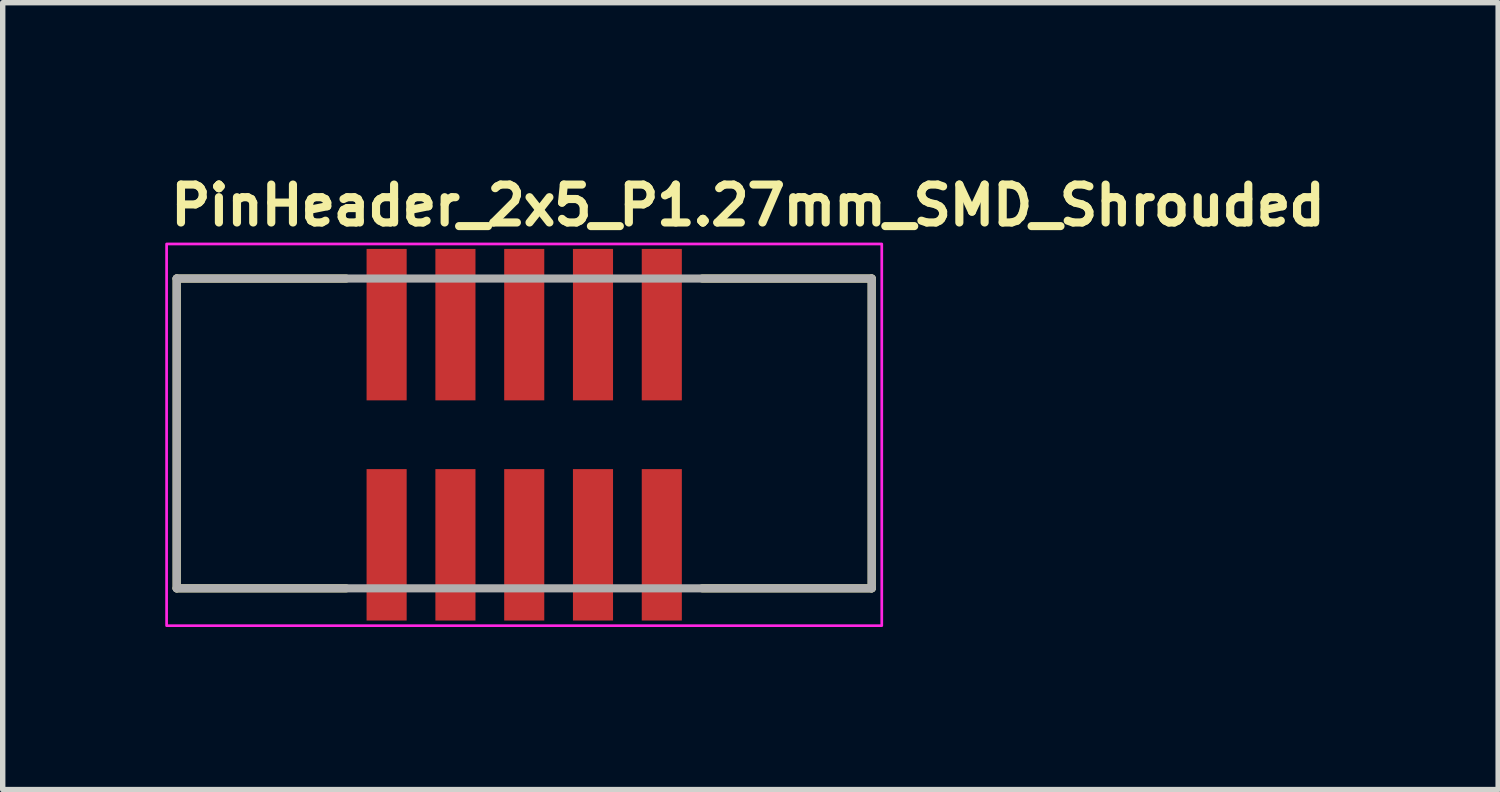
<source format=kicad_pcb>
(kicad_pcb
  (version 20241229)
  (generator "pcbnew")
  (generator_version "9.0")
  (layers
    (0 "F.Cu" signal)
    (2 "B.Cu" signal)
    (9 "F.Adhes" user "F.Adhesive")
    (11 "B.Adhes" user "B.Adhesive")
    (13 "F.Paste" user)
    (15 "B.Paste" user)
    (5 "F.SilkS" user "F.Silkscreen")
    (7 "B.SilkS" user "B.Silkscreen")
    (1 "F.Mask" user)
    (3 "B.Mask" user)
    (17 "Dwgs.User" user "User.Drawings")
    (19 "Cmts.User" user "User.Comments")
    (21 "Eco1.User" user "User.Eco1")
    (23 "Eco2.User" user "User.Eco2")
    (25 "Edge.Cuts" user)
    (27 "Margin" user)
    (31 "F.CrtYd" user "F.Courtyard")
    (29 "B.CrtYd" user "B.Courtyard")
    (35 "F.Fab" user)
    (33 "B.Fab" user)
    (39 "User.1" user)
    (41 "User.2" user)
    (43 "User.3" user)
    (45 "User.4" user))
  (footprint "PinHeader_2x5_P1.27mm_SMD_Shrouded"
    (layer "F.Cu")
    (at 6.626 4.951)
    (property "Reference" "PinHeader_2x5_P1.27mm_SMD_Shrouded" (at -6.601 -3.801 0) (layer "F.SilkS") (effects (font (size 0.7 0.7) (thickness 0.15)) (justify left bottom)))
    (attr smd)
    (fp_line (start -6.415 -2.86) (end -3.286 -2.86) (stroke (width 0.15) (type solid)) (layer "F.SilkS"))
    (fp_line (start -6.415 2.858) (end -6.415 -2.86) (stroke (width 0.15) (type solid)) (layer "F.SilkS"))
    (fp_line (start -6.415 2.858) (end -3.286 2.858) (stroke (width 0.15) (type solid)) (layer "F.SilkS"))
    (fp_line (start 3.285 -2.86) (end 6.413 -2.86) (stroke (width 0.15) (type solid)) (layer "F.SilkS"))
    (fp_line (start 3.285 2.858) (end 6.413 2.858) (stroke (width 0.15) (type solid)) (layer "F.SilkS"))
    (fp_line (start 6.413 2.858) (end 6.413 -2.86) (stroke (width 0.15) (type solid)) (layer "F.SilkS"))
    (fp_rect (start -6.601 -3.498) (end 6.599 3.547) (stroke (width 0.05) (type solid)) (fill no) (layer "F.CrtYd"))
    (fp_line (start -6.415 -2.86) (end 6.413 -2.86) (stroke (width 0.15) (type solid)) (layer "F.Fab"))
    (fp_line (start -6.415 2.858) (end -6.415 -2.86) (stroke (width 0.15) (type solid)) (layer "F.Fab"))
    (fp_line (start 6.413 -2.86) (end 6.413 2.858) (stroke (width 0.15) (type solid)) (layer "F.Fab"))
    (fp_line (start 6.413 2.858) (end -6.415 2.858) (stroke (width 0.15) (type solid)) (layer "F.Fab"))
    (fp_rect (start -6.351 -3.048) (end 6.349 3.047) (stroke (width 0.1) (type solid)) (fill no) (layer "User.5"))
    (fp_line (start -6.351 -0.635) (end -6.351 -3.048) (stroke (width 0.02) (type solid)) (layer "User.9"))
    (fp_line (start -6.351 -0.635) (end -6.223 -0.635) (stroke (width 0.02) (type solid)) (layer "User.9"))
    (fp_line (start -6.351 2.539) (end -6.351 0.633) (stroke (width 0.02) (type solid)) (layer "User.9"))
    (fp_line (start -6.223 -0.635) (end -6.223 0.633) (stroke (width 0.02) (type solid)) (layer "User.9"))
    (fp_line (start -6.223 0.633) (end -6.351 0.633) (stroke (width 0.02) (type solid)) (layer "User.9"))
    (fp_line (start -5.739 -2.057) (end -5.739 2.055) (stroke (width 0.02) (type solid)) (layer "User.9"))
    (fp_line (start -5.739 -2.057) (end -5.462 -1.778) (stroke (width 0.02) (type solid)) (layer "User.9"))
    (fp_line (start -5.739 2.055) (end -5.462 1.777) (stroke (width 0.02) (type solid)) (layer "User.9"))
    (fp_line (start -5.739 2.055) (end -1.27 2.055) (stroke (width 0.02) (type solid)) (layer "User.9"))
    (fp_line (start -5.462 -1.778) (end -5.462 1.777) (stroke (width 0.02) (type solid)) (layer "User.9"))
    (fp_line (start -5.462 1.777) (end -1.27 1.777) (stroke (width 0.02) (type solid)) (layer "User.9"))
    (fp_line (start -5.412 -3.048) (end -6.351 -3.048) (stroke (width 0.02) (type solid)) (layer "User.9"))
    (fp_line (start -5.412 -2.54) (end -5.412 -3.048) (stroke (width 0.02) (type solid)) (layer "User.9"))
    (fp_line (start -3.048 2.285) (end -3.048 2.539) (stroke (width 0.02) (type solid)) (layer "User.9"))
    (fp_line (start -3.048 2.285) (end -3.048 2.539) (stroke (width 0.02) (type solid)) (layer "User.9"))
    (fp_line (start -3.048 2.539) (end -6.351 2.539) (stroke (width 0.02) (type solid)) (layer "User.9"))
    (fp_line (start -3.024 2.539) (end -3.048 2.539) (stroke (width 0.02) (type solid)) (layer "User.9"))
    (fp_line (start -3.024 2.539) (end -3.024 2.31) (stroke (width 0.02) (type solid)) (layer "User.9"))
    (fp_line (start -2.745 -3.048) (end -2.745 -2.948) (stroke (width 0.02) (type solid)) (layer "User.9"))
    (fp_line (start -2.745 -2.948) (end -2.745 -2.54) (stroke (width 0.02) (type solid)) (layer "User.9"))
    (fp_line (start -2.745 -0.839) (end -2.745 -0.737) (stroke (width 0.02) (type solid)) (layer "User.9"))
    (fp_line (start -2.745 -0.737) (end -2.745 -0.535) (stroke (width 0.02) (type solid)) (layer "User.9"))
    (fp_line (start -2.745 -0.535) (end -2.745 -0.432) (stroke (width 0.02) (type solid)) (layer "User.9"))
    (fp_line (start -2.745 0.43) (end -2.745 0.533) (stroke (width 0.02) (type solid)) (layer "User.9"))
    (fp_line (start -2.745 0.533) (end -2.745 0.735) (stroke (width 0.02) (type solid)) (layer "User.9"))
    (fp_line (start -2.745 0.735) (end -2.745 0.837) (stroke (width 0.02) (type solid)) (layer "User.9"))
    (fp_line (start -2.745 2.539) (end -2.745 2.946) (stroke (width 0.02) (type solid)) (layer "User.9"))
    (fp_line (start -2.745 2.946) (end -2.745 3.047) (stroke (width 0.02) (type solid)) (layer "User.9"))
    (fp_line (start -2.54 2.539) (end -3.024 2.539) (stroke (width 0.02) (type solid)) (layer "User.9"))
    (fp_line (start -2.54 2.539) (end -2.54 2.31) (stroke (width 0.02) (type solid)) (layer "User.9"))
    (fp_line (start -2.338 -3.048) (end -2.745 -3.048) (stroke (width 0.02) (type solid)) (layer "User.9"))
    (fp_line (start -2.338 -3.048) (end -2.338 -2.948) (stroke (width 0.02) (type solid)) (layer "User.9"))
    (fp_line (start -2.338 -2.948) (end -2.745 -2.948) (stroke (width 0.02) (type solid)) (layer "User.9"))
    (fp_line (start -2.338 -2.948) (end -2.338 -2.54) (stroke (width 0.02) (type solid)) (layer "User.9"))
    (fp_line (start -2.338 -0.839) (end -2.745 -0.839) (stroke (width 0.02) (type solid)) (layer "User.9"))
    (fp_line (start -2.338 -0.839) (end -2.338 -0.737) (stroke (width 0.02) (type solid)) (layer "User.9"))
    (fp_line (start -2.338 -0.737) (end -2.745 -0.737) (stroke (width 0.02) (type solid)) (layer "User.9"))
    (fp_line (start -2.338 -0.737) (end -2.338 -0.535) (stroke (width 0.02) (type solid)) (layer "User.9"))
    (fp_line (start -2.338 -0.535) (end -2.745 -0.535) (stroke (width 0.02) (type solid)) (layer "User.9"))
    (fp_line (start -2.338 -0.535) (end -2.338 -0.432) (stroke (width 0.02) (type solid)) (layer "User.9"))
    (fp_line (start -2.338 -0.432) (end -2.745 -0.432) (stroke (width 0.02) (type solid)) (layer "User.9"))
    (fp_line (start -2.338 0.43) (end -2.745 0.43) (stroke (width 0.02) (type solid)) (layer "User.9"))
    (fp_line (start -2.338 0.43) (end -2.338 0.533) (stroke (width 0.02) (type solid)) (layer "User.9"))
    (fp_line (start -2.338 0.533) (end -2.745 0.533) (stroke (width 0.02) (type solid)) (layer "User.9"))
    (fp_line (start -2.338 0.533) (end -2.338 0.735) (stroke (width 0.02) (type solid)) (layer "User.9"))
    (fp_line (start -2.338 0.735) (end -2.745 0.735) (stroke (width 0.02) (type solid)) (layer "User.9"))
    (fp_line (start -2.338 0.735) (end -2.338 0.837) (stroke (width 0.02) (type solid)) (layer "User.9"))
    (fp_line (start -2.338 0.837) (end -2.745 0.837) (stroke (width 0.02) (type solid)) (layer "User.9"))
    (fp_line (start -2.338 2.539) (end -2.338 2.946) (stroke (width 0.02) (type solid)) (layer "User.9"))
    (fp_line (start -2.338 2.946) (end -2.745 2.946) (stroke (width 0.02) (type solid)) (layer "User.9"))
    (fp_line (start -2.338 2.946) (end -2.338 3.047) (stroke (width 0.02) (type solid)) (layer "User.9"))
    (fp_line (start -2.338 3.047) (end -2.745 3.047) (stroke (width 0.02) (type solid)) (layer "User.9"))
    (fp_line (start -2.058 2.31) (end -3.024 2.31) (stroke (width 0.02) (type solid)) (layer "User.9"))
    (fp_line (start -2.058 2.539) (end -2.54 2.539) (stroke (width 0.02) (type solid)) (layer "User.9"))
    (fp_line (start -2.058 2.539) (end -2.058 2.31) (stroke (width 0.02) (type solid)) (layer "User.9"))
    (fp_line (start -2.032 2.285) (end -3.048 2.285) (stroke (width 0.02) (type solid)) (layer "User.9"))
    (fp_line (start -2.032 2.285) (end -3.048 2.285) (stroke (width 0.02) (type solid)) (layer "User.9"))
    (fp_line (start -2.032 2.285) (end -2.032 2.539) (stroke (width 0.02) (type solid)) (layer "User.9"))
    (fp_line (start -2.032 2.285) (end -2.032 2.539) (stroke (width 0.02) (type solid)) (layer "User.9"))
    (fp_line (start -2.032 2.539) (end -2.058 2.539) (stroke (width 0.02) (type solid)) (layer "User.9"))
    (fp_line (start -1.474 -2.948) (end -1.474 -3.048) (stroke (width 0.02) (type solid)) (layer "User.9"))
    (fp_line (start -1.474 -2.54) (end -1.474 -2.948) (stroke (width 0.02) (type solid)) (layer "User.9"))
    (fp_line (start -1.474 -0.737) (end -1.474 -0.839) (stroke (width 0.02) (type solid)) (layer "User.9"))
    (fp_line (start -1.474 -0.535) (end -1.474 -0.737) (stroke (width 0.02) (type solid)) (layer "User.9"))
    (fp_line (start -1.474 -0.432) (end -1.474 -0.535) (stroke (width 0.02) (type solid)) (layer "User.9"))
    (fp_line (start -1.474 0.533) (end -1.474 0.43) (stroke (width 0.02) (type solid)) (layer "User.9"))
    (fp_line (start -1.474 0.735) (end -1.474 0.533) (stroke (width 0.02) (type solid)) (layer "User.9"))
    (fp_line (start -1.474 0.837) (end -1.474 0.735) (stroke (width 0.02) (type solid)) (layer "User.9"))
    (fp_line (start -1.474 2.946) (end -1.474 2.539) (stroke (width 0.02) (type solid)) (layer "User.9"))
    (fp_line (start -1.474 3.047) (end -1.474 2.946) (stroke (width 0.02) (type solid)) (layer "User.9"))
    (fp_line (start -1.27 -3.048) (end -1.474 -3.048) (stroke (width 0.02) (type solid)) (layer "User.9"))
    (fp_line (start -1.27 -3.048) (end -1.27 -2.54) (stroke (width 0.02) (type solid)) (layer "User.9"))
    (fp_line (start -1.27 -2.948) (end -1.474 -2.948) (stroke (width 0.02) (type solid)) (layer "User.9"))
    (fp_line (start -1.27 -2.54) (end -5.412 -2.54) (stroke (width 0.02) (type solid)) (layer "User.9"))
    (fp_line (start -1.27 2.055) (end -1.27 1.777) (stroke (width 0.02) (type solid)) (layer "User.9"))
    (fp_line (start -1.27 2.539) (end -2.032 2.539) (stroke (width 0.02) (type solid)) (layer "User.9"))
    (fp_line (start -1.27 2.539) (end -1.27 2.055) (stroke (width 0.02) (type solid)) (layer "User.9"))
    (fp_line (start -1.27 2.539) (end 1.269 2.539) (stroke (width 0.02) (type solid)) (layer "User.9"))
    (fp_line (start -1.067 -0.839) (end -1.474 -0.839) (stroke (width 0.02) (type solid)) (layer "User.9"))
    (fp_line (start -1.067 -0.839) (end -1.067 -0.737) (stroke (width 0.02) (type solid)) (layer "User.9"))
    (fp_line (start -1.067 -0.737) (end -1.474 -0.737) (stroke (width 0.02) (type solid)) (layer "User.9"))
    (fp_line (start -1.067 -0.737) (end -1.067 -0.535) (stroke (width 0.02) (type solid)) (layer "User.9"))
    (fp_line (start -1.067 -0.535) (end -1.474 -0.535) (stroke (width 0.02) (type solid)) (layer "User.9"))
    (fp_line (start -1.067 -0.535) (end -1.067 -0.432) (stroke (width 0.02) (type solid)) (layer "User.9"))
    (fp_line (start -1.067 -0.432) (end -1.474 -0.432) (stroke (width 0.02) (type solid)) (layer "User.9"))
    (fp_line (start -1.067 0.43) (end -1.474 0.43) (stroke (width 0.02) (type solid)) (layer "User.9"))
    (fp_line (start -1.067 0.43) (end -1.067 0.533) (stroke (width 0.02) (type solid)) (layer "User.9"))
    (fp_line (start -1.067 0.533) (end -1.474 0.533) (stroke (width 0.02) (type solid)) (layer "User.9"))
    (fp_line (start -1.067 0.533) (end -1.067 0.735) (stroke (width 0.02) (type solid)) (layer "User.9"))
    (fp_line (start -1.067 0.735) (end -1.474 0.735) (stroke (width 0.02) (type solid)) (layer "User.9"))
    (fp_line (start -1.067 0.735) (end -1.067 0.837) (stroke (width 0.02) (type solid)) (layer "User.9"))
    (fp_line (start -1.067 0.837) (end -1.474 0.837) (stroke (width 0.02) (type solid)) (layer "User.9"))
    (fp_line (start -1.067 2.539) (end -1.067 2.946) (stroke (width 0.02) (type solid)) (layer "User.9"))
    (fp_line (start -1.067 2.946) (end -1.474 2.946) (stroke (width 0.02) (type solid)) (layer "User.9"))
    (fp_line (start -1.067 2.946) (end -1.067 3.047) (stroke (width 0.02) (type solid)) (layer "User.9"))
    (fp_line (start -1.067 3.047) (end -1.474 3.047) (stroke (width 0.02) (type solid)) (layer "User.9"))
    (fp_line (start -0.205 -0.737) (end -0.205 -0.839) (stroke (width 0.02) (type solid)) (layer "User.9"))
    (fp_line (start -0.205 -0.535) (end -0.205 -0.737) (stroke (width 0.02) (type solid)) (layer "User.9"))
    (fp_line (start -0.205 -0.432) (end -0.205 -0.535) (stroke (width 0.02) (type solid)) (layer "User.9"))
    (fp_line (start -0.205 0.533) (end -0.205 0.43) (stroke (width 0.02) (type solid)) (layer "User.9"))
    (fp_line (start -0.205 0.735) (end -0.205 0.533) (stroke (width 0.02) (type solid)) (layer "User.9"))
    (fp_line (start -0.205 0.837) (end -0.205 0.735) (stroke (width 0.02) (type solid)) (layer "User.9"))
    (fp_line (start -0.205 2.946) (end -0.205 2.539) (stroke (width 0.02) (type solid)) (layer "User.9"))
    (fp_line (start -0.205 3.047) (end -0.205 2.946) (stroke (width 0.02) (type solid)) (layer "User.9"))
    (fp_line (start 0.203 -0.839) (end -0.205 -0.839) (stroke (width 0.02) (type solid)) (layer "User.9"))
    (fp_line (start 0.203 -0.839) (end 0.203 -0.737) (stroke (width 0.02) (type solid)) (layer "User.9"))
    (fp_line (start 0.203 -0.737) (end -0.205 -0.737) (stroke (width 0.02) (type solid)) (layer "User.9"))
    (fp_line (start 0.203 -0.737) (end 0.203 -0.535) (stroke (width 0.02) (type solid)) (layer "User.9"))
    (fp_line (start 0.203 -0.535) (end -0.205 -0.535) (stroke (width 0.02) (type solid)) (layer "User.9"))
    (fp_line (start 0.203 -0.535) (end 0.203 -0.432) (stroke (width 0.02) (type solid)) (layer "User.9"))
    (fp_line (start 0.203 -0.432) (end -0.205 -0.432) (stroke (width 0.02) (type solid)) (layer "User.9"))
    (fp_line (start 0.203 0.43) (end -0.205 0.43) (stroke (width 0.02) (type solid)) (layer "User.9"))
    (fp_line (start 0.203 0.43) (end 0.203 0.533) (stroke (width 0.02) (type solid)) (layer "User.9"))
    (fp_line (start 0.203 0.533) (end -0.205 0.533) (stroke (width 0.02) (type solid)) (layer "User.9"))
    (fp_line (start 0.203 0.533) (end 0.203 0.735) (stroke (width 0.02) (type solid)) (layer "User.9"))
    (fp_line (start 0.203 0.735) (end -0.205 0.735) (stroke (width 0.02) (type solid)) (layer "User.9"))
    (fp_line (start 0.203 0.735) (end 0.203 0.837) (stroke (width 0.02) (type solid)) (layer "User.9"))
    (fp_line (start 0.203 0.837) (end -0.205 0.837) (stroke (width 0.02) (type solid)) (layer "User.9"))
    (fp_line (start 0.203 2.539) (end 0.203 2.946) (stroke (width 0.02) (type solid)) (layer "User.9"))
    (fp_line (start 0.203 2.946) (end -0.205 2.946) (stroke (width 0.02) (type solid)) (layer "User.9"))
    (fp_line (start 0.203 2.946) (end 0.203 3.047) (stroke (width 0.02) (type solid)) (layer "User.9"))
    (fp_line (start 0.203 3.047) (end -0.205 3.047) (stroke (width 0.02) (type solid)) (layer "User.9"))
    (fp_line (start 1.066 -0.737) (end 1.066 -0.839) (stroke (width 0.02) (type solid)) (layer "User.9"))
    (fp_line (start 1.066 -0.535) (end 1.066 -0.737) (stroke (width 0.02) (type solid)) (layer "User.9"))
    (fp_line (start 1.066 -0.432) (end 1.066 -0.535) (stroke (width 0.02) (type solid)) (layer "User.9"))
    (fp_line (start 1.066 0.533) (end 1.066 0.43) (stroke (width 0.02) (type solid)) (layer "User.9"))
    (fp_line (start 1.066 0.735) (end 1.066 0.533) (stroke (width 0.02) (type solid)) (layer "User.9"))
    (fp_line (start 1.066 0.837) (end 1.066 0.735) (stroke (width 0.02) (type solid)) (layer "User.9"))
    (fp_line (start 1.066 2.946) (end 1.066 2.539) (stroke (width 0.02) (type solid)) (layer "User.9"))
    (fp_line (start 1.066 3.047) (end 1.066 2.946) (stroke (width 0.02) (type solid)) (layer "User.9"))
    (fp_line (start 1.269 -3.048) (end -1.27 -3.048) (stroke (width 0.02) (type solid)) (layer "User.9"))
    (fp_line (start 1.269 -2.54) (end 1.269 -3.048) (stroke (width 0.02) (type solid)) (layer "User.9"))
    (fp_line (start 1.269 1.777) (end 1.269 2.055) (stroke (width 0.02) (type solid)) (layer "User.9"))
    (fp_line (start 1.269 1.777) (end 5.461 1.777) (stroke (width 0.02) (type solid)) (layer "User.9"))
    (fp_line (start 1.269 2.055) (end 5.738 2.055) (stroke (width 0.02) (type solid)) (layer "User.9"))
    (fp_line (start 1.269 2.539) (end 1.269 2.055) (stroke (width 0.02) (type solid)) (layer "User.9"))
    (fp_line (start 1.473 -3.048) (end 1.269 -3.048) (stroke (width 0.02) (type solid)) (layer "User.9"))
    (fp_line (start 1.473 -3.048) (end 1.473 -2.948) (stroke (width 0.02) (type solid)) (layer "User.9"))
    (fp_line (start 1.473 -2.948) (end 1.269 -2.948) (stroke (width 0.02) (type solid)) (layer "User.9"))
    (fp_line (start 1.473 -2.948) (end 1.473 -2.54) (stroke (width 0.02) (type solid)) (layer "User.9"))
    (fp_line (start 1.473 -0.839) (end 1.066 -0.839) (stroke (width 0.02) (type solid)) (layer "User.9"))
    (fp_line (start 1.473 -0.839) (end 1.473 -0.737) (stroke (width 0.02) (type solid)) (layer "User.9"))
    (fp_line (start 1.473 -0.737) (end 1.066 -0.737) (stroke (width 0.02) (type solid)) (layer "User.9"))
    (fp_line (start 1.473 -0.737) (end 1.473 -0.535) (stroke (width 0.02) (type solid)) (layer "User.9"))
    (fp_line (start 1.473 -0.535) (end 1.066 -0.535) (stroke (width 0.02) (type solid)) (layer "User.9"))
    (fp_line (start 1.473 -0.535) (end 1.473 -0.432) (stroke (width 0.02) (type solid)) (layer "User.9"))
    (fp_line (start 1.473 -0.432) (end 1.066 -0.432) (stroke (width 0.02) (type solid)) (layer "User.9"))
    (fp_line (start 1.473 0.43) (end 1.066 0.43) (stroke (width 0.02) (type solid)) (layer "User.9"))
    (fp_line (start 1.473 0.43) (end 1.473 0.533) (stroke (width 0.02) (type solid)) (layer "User.9"))
    (fp_line (start 1.473 0.533) (end 1.066 0.533) (stroke (width 0.02) (type solid)) (layer "User.9"))
    (fp_line (start 1.473 0.533) (end 1.473 0.735) (stroke (width 0.02) (type solid)) (layer "User.9"))
    (fp_line (start 1.473 0.735) (end 1.066 0.735) (stroke (width 0.02) (type solid)) (layer "User.9"))
    (fp_line (start 1.473 0.735) (end 1.473 0.837) (stroke (width 0.02) (type solid)) (layer "User.9"))
    (fp_line (start 1.473 0.837) (end 1.066 0.837) (stroke (width 0.02) (type solid)) (layer "User.9"))
    (fp_line (start 1.473 2.539) (end 1.473 2.946) (stroke (width 0.02) (type solid)) (layer "User.9"))
    (fp_line (start 1.473 2.946) (end 1.066 2.946) (stroke (width 0.02) (type solid)) (layer "User.9"))
    (fp_line (start 1.473 2.946) (end 1.473 3.047) (stroke (width 0.02) (type solid)) (layer "User.9"))
    (fp_line (start 1.473 3.047) (end 1.066 3.047) (stroke (width 0.02) (type solid)) (layer "User.9"))
    (fp_line (start 2.335 -2.948) (end 2.335 -3.048) (stroke (width 0.02) (type solid)) (layer "User.9"))
    (fp_line (start 2.335 -2.54) (end 2.335 -2.948) (stroke (width 0.02) (type solid)) (layer "User.9"))
    (fp_line (start 2.335 -0.737) (end 2.335 -0.839) (stroke (width 0.02) (type solid)) (layer "User.9"))
    (fp_line (start 2.335 -0.535) (end 2.335 -0.737) (stroke (width 0.02) (type solid)) (layer "User.9"))
    (fp_line (start 2.335 -0.432) (end 2.335 -0.535) (stroke (width 0.02) (type solid)) (layer "User.9"))
    (fp_line (start 2.335 0.533) (end 2.335 0.43) (stroke (width 0.02) (type solid)) (layer "User.9"))
    (fp_line (start 2.335 0.735) (end 2.335 0.533) (stroke (width 0.02) (type solid)) (layer "User.9"))
    (fp_line (start 2.335 0.837) (end 2.335 0.735) (stroke (width 0.02) (type solid)) (layer "User.9"))
    (fp_line (start 2.335 2.946) (end 2.335 2.539) (stroke (width 0.02) (type solid)) (layer "User.9"))
    (fp_line (start 2.335 3.047) (end 2.335 2.946) (stroke (width 0.02) (type solid)) (layer "User.9"))
    (fp_line (start 2.742 -3.048) (end 2.335 -3.048) (stroke (width 0.02) (type solid)) (layer "User.9"))
    (fp_line (start 2.742 -3.048) (end 2.742 -2.948) (stroke (width 0.02) (type solid)) (layer "User.9"))
    (fp_line (start 2.742 -2.948) (end 2.335 -2.948) (stroke (width 0.02) (type solid)) (layer "User.9"))
    (fp_line (start 2.742 -2.948) (end 2.742 -2.54) (stroke (width 0.02) (type solid)) (layer "User.9"))
    (fp_line (start 2.742 -0.839) (end 2.335 -0.839) (stroke (width 0.02) (type solid)) (layer "User.9"))
    (fp_line (start 2.742 -0.839) (end 2.742 -0.737) (stroke (width 0.02) (type solid)) (layer "User.9"))
    (fp_line (start 2.742 -0.737) (end 2.335 -0.737) (stroke (width 0.02) (type solid)) (layer "User.9"))
    (fp_line (start 2.742 -0.737) (end 2.742 -0.535) (stroke (width 0.02) (type solid)) (layer "User.9"))
    (fp_line (start 2.742 -0.535) (end 2.335 -0.535) (stroke (width 0.02) (type solid)) (layer "User.9"))
    (fp_line (start 2.742 -0.535) (end 2.742 -0.432) (stroke (width 0.02) (type solid)) (layer "User.9"))
    (fp_line (start 2.742 -0.432) (end 2.335 -0.432) (stroke (width 0.02) (type solid)) (layer "User.9"))
    (fp_line (start 2.742 0.43) (end 2.335 0.43) (stroke (width 0.02) (type solid)) (layer "User.9"))
    (fp_line (start 2.742 0.43) (end 2.742 0.533) (stroke (width 0.02) (type solid)) (layer "User.9"))
    (fp_line (start 2.742 0.533) (end 2.335 0.533) (stroke (width 0.02) (type solid)) (layer "User.9"))
    (fp_line (start 2.742 0.533) (end 2.742 0.735) (stroke (width 0.02) (type solid)) (layer "User.9"))
    (fp_line (start 2.742 0.735) (end 2.335 0.735) (stroke (width 0.02) (type solid)) (layer "User.9"))
    (fp_line (start 2.742 0.735) (end 2.742 0.837) (stroke (width 0.02) (type solid)) (layer "User.9"))
    (fp_line (start 2.742 0.837) (end 2.335 0.837) (stroke (width 0.02) (type solid)) (layer "User.9"))
    (fp_line (start 2.742 2.539) (end 2.742 2.946) (stroke (width 0.02) (type solid)) (layer "User.9"))
    (fp_line (start 2.742 2.946) (end 2.335 2.946) (stroke (width 0.02) (type solid)) (layer "User.9"))
    (fp_line (start 2.742 2.946) (end 2.742 3.047) (stroke (width 0.02) (type solid)) (layer "User.9"))
    (fp_line (start 2.742 3.047) (end 2.335 3.047) (stroke (width 0.02) (type solid)) (layer "User.9"))
    (fp_line (start 5.41 -3.048) (end 5.41 -2.54) (stroke (width 0.02) (type solid)) (layer "User.9"))
    (fp_line (start 5.41 -2.54) (end 1.269 -2.54) (stroke (width 0.02) (type solid)) (layer "User.9"))
    (fp_line (start 5.461 -1.778) (end -5.462 -1.778) (stroke (width 0.02) (type solid)) (layer "User.9"))
    (fp_line (start 5.461 1.777) (end 5.461 -1.778) (stroke (width 0.02) (type solid)) (layer "User.9"))
    (fp_line (start 5.738 -2.057) (end -5.739 -2.057) (stroke (width 0.02) (type solid)) (layer "User.9"))
    (fp_line (start 5.738 -2.057) (end 5.461 -1.778) (stroke (width 0.02) (type solid)) (layer "User.9"))
    (fp_line (start 5.738 2.055) (end 5.461 1.777) (stroke (width 0.02) (type solid)) (layer "User.9"))
    (fp_line (start 5.738 2.055) (end 5.738 -2.057) (stroke (width 0.02) (type solid)) (layer "User.9"))
    (fp_line (start 6.349 -3.048) (end 5.41 -3.048) (stroke (width 0.02) (type solid)) (layer "User.9"))
    (fp_line (start 6.349 2.539) (end 1.269 2.539) (stroke (width 0.02) (type solid)) (layer "User.9"))
    (fp_line (start 6.349 2.539) (end 6.349 -3.048) (stroke (width 0.02) (type solid)) (layer "User.9"))
    (pad "1" smd rect (at -2.54 2.055) (size 0.74 2.795) (layers "F.Cu" "F.Mask" "F.Paste"))
    (pad "2" smd rect (at -2.54 -2.009) (size 0.74 2.795) (layers "F.Cu" "F.Mask" "F.Paste"))
    (pad "3" smd rect (at -1.27 2.055) (size 0.74 2.795) (layers "F.Cu" "F.Mask" "F.Paste"))
    (pad "4" smd rect (at -1.27 -2.009) (size 0.74 2.795) (layers "F.Cu" "F.Mask" "F.Paste"))
    (pad "5" smd rect (at 0 2.055) (size 0.74 2.795) (layers "F.Cu" "F.Mask" "F.Paste"))
    (pad "6" smd rect (at 0 -2.009) (size 0.74 2.795) (layers "F.Cu" "F.Mask" "F.Paste"))
    (pad "7" smd rect (at 1.269 2.055) (size 0.74 2.795) (layers "F.Cu" "F.Mask" "F.Paste"))
    (pad "8" smd rect (at 1.269 -2.009) (size 0.74 2.795) (layers "F.Cu" "F.Mask" "F.Paste"))
    (pad "9" smd rect (at 2.539 2.055) (size 0.74 2.795) (layers "F.Cu" "F.Mask" "F.Paste"))
    (pad "10" smd rect (at 2.539 -2.009) (size 0.74 2.795) (layers "F.Cu" "F.Mask" "F.Paste")))
  (gr_rect
    (start -3 -3)
    (end 24.602 11.523)
    (stroke (width 0.1) (type default))
    (fill no)
    (layer "Edge.Cuts")))
</source>
